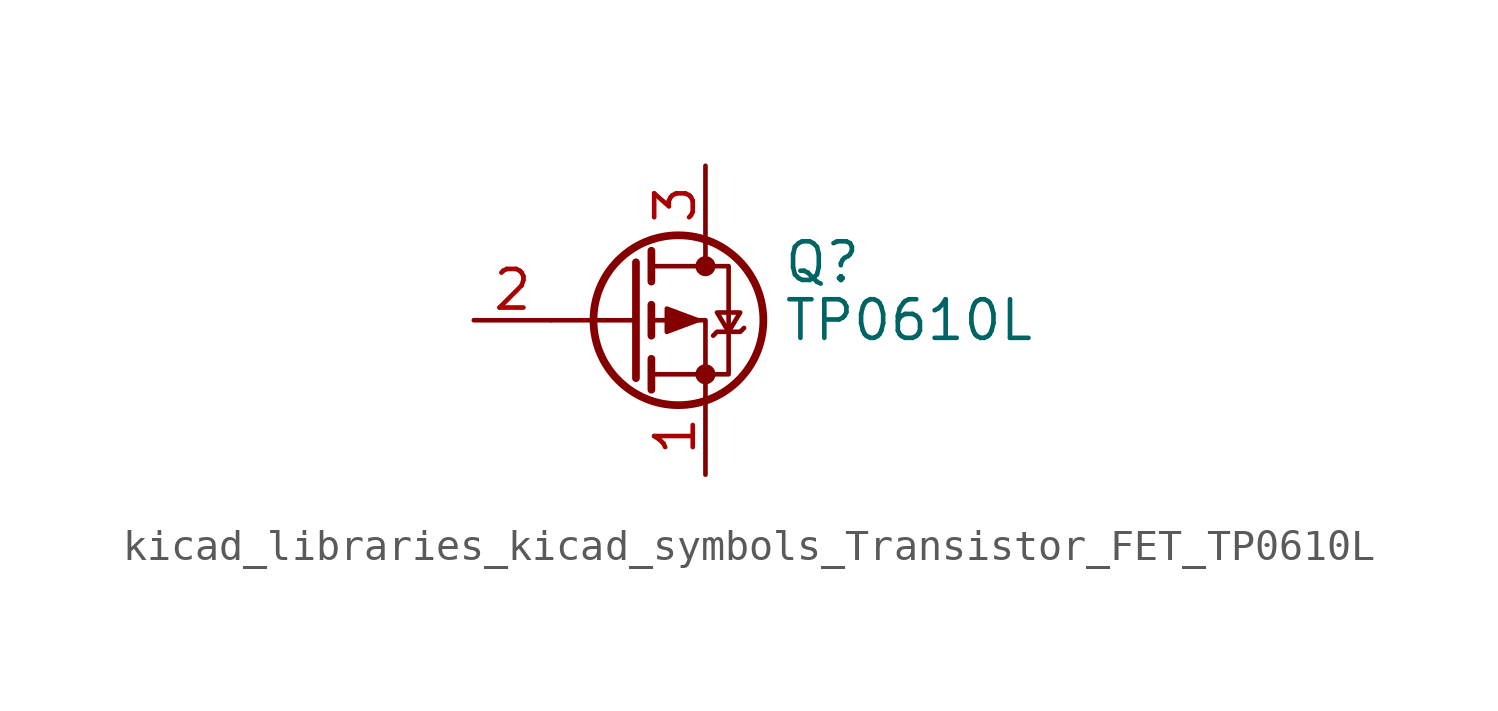
<source format=kicad_sym>
(kicad_symbol_lib
  (version 20220914)
  (generator kicad_symbol_editor)
  (symbol "kicad_libraries_kicad_symbols_Transistor_FET_TP0610L"
    (pin_names hide)
    (property "Reference" "Q"
      (at 5.08 1.905 0)
      (effects (font (size 1.27 1.27)) (justify left)))
    (property "Value" "TP0610L"
      (at 5.08 0 0)
      (effects (font (size 1.27 1.27)) (justify left)))
    (symbol "kicad_libraries_kicad_symbols_Transistor_FET_TP0610L_0_1"
      (polyline (pts (xy 0.254 0) (xy -2.54 0)) (stroke (width 0) (type default)) (fill (type none)))
      (polyline (pts (xy 0.254 1.905) (xy 0.254 -1.905)) (stroke (width 0.254) (type default)) (fill (type none)))
      (polyline (pts (xy 0.762 -1.27) (xy 0.762 -2.286)) (stroke (width 0.254) (type default)) (fill (type none)))
      (polyline (pts (xy 0.762 0.508) (xy 0.762 -0.508)) (stroke (width 0.254) (type default)) (fill (type none)))
      (polyline (pts (xy 0.762 2.286) (xy 0.762 1.27)) (stroke (width 0.254) (type default)) (fill (type none)))
      (polyline (pts (xy 2.54 2.54) (xy 2.54 1.778)) (stroke (width 0) (type default)) (fill (type none)))
      (polyline (pts (xy 2.54 -2.54) (xy 2.54 0) (xy 0.762 0)) (stroke (width 0) (type default)) (fill (type none)))
      (polyline (pts (xy 0.762 1.778) (xy 3.302 1.778) (xy 3.302 -1.778) (xy 0.762 -1.778)) (stroke (width 0) (type default)) (fill (type none)))
      (polyline (pts (xy 2.286 0) (xy 1.27 0.381) (xy 1.27 -0.381) (xy 2.286 0)) (stroke (width 0) (type default)) (fill (type outline)))
      (polyline (pts (xy 2.794 -0.508) (xy 2.921 -0.381) (xy 3.683 -0.381) (xy 3.81 -0.254)) (stroke (width 0) (type default)) (fill (type none)))
      (polyline (pts (xy 3.302 -0.381) (xy 2.921 0.254) (xy 3.683 0.254) (xy 3.302 -0.381)) (stroke (width 0) (type default)) (fill (type none)))
      (circle (center 1.651 0) (radius 2.794) (stroke (width 0.254) (type default)) (fill (type none)))
      (circle (center 2.54 -1.778) (radius 0.254) (stroke (width 0) (type default)) (fill (type outline)))
      (circle (center 2.54 1.778) (radius 0.254) (stroke (width 0) (type default)) (fill (type outline))))
    (symbol "kicad_libraries_kicad_symbols_Transistor_FET_TP0610L_1_1"
      (pin passive line (at 2.54 -5.08 90) (length 2.54) (name "S" (effects (font (size 1.27 1.27)))) (number "1" (effects (font (size 1.27 1.27)))))
      (pin input line (at -5.08 0 0) (length 2.54) (name "G" (effects (font (size 1.27 1.27)))) (number "2" (effects (font (size 1.27 1.27)))))
      (pin passive line (at 2.54 5.08 270) (length 2.54) (name "D" (effects (font (size 1.27 1.27)))) (number "3" (effects (font (size 1.27 1.27))))))))
</source>
